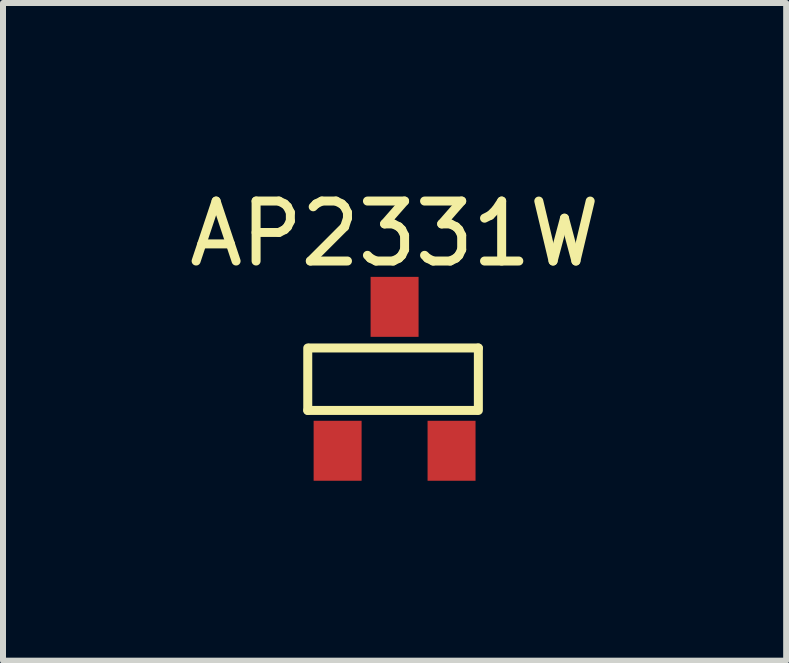
<source format=kicad_pcb>
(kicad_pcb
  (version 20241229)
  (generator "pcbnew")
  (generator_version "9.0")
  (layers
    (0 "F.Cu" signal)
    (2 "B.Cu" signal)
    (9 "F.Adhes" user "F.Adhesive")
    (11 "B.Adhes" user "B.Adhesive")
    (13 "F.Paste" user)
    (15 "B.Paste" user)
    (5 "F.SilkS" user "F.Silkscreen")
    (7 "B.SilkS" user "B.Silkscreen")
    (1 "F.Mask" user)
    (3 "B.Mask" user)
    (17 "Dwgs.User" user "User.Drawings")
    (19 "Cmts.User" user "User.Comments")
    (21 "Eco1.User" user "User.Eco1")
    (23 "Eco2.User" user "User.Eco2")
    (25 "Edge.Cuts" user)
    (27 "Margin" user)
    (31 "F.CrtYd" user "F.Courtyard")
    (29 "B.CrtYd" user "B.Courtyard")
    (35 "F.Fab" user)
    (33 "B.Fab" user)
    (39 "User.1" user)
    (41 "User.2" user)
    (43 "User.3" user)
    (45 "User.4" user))
  (footprint "AP2331W"
    (layer "F.Cu")
    (at 3.53 2.067)
    (property "Reference" "AP2331W" (at 0 -1.219 0) (layer "F.SilkS") (effects (font (size 1 1) (thickness 0.15))))
    (attr through_hole)
    (fp_line (start -1.448 0.686) (end -1.448 1.727) (stroke (width 0.15) (type solid)) (layer "F.SilkS"))
    (fp_line (start -1.448 1.727) (end 1.372 1.727) (stroke (width 0.15) (type solid)) (layer "F.SilkS"))
    (fp_line (start -1.422 0.686) (end 1.397 0.686) (stroke (width 0.15) (type solid)) (layer "F.SilkS"))
    (fp_line (start 1.397 0.686) (end 1.397 1.727) (stroke (width 0.15) (type solid)) (layer "F.SilkS"))
    (pad "1" smd rect (at -1.35 2.4) (size 0.8 1) (drill (offset 0.4 0)) (layers "F.Cu" "F.Mask" "F.Paste"))
    (pad "2" smd rect (at 1.35 2.4) (size 0.8 1) (drill (offset -0.4 0)) (layers "F.Cu" "F.Mask" "F.Paste"))
    (pad "3" smd rect (at 0 0) (size 0.8 1) (layers "F.Cu" "F.Mask" "F.Paste")))
  (gr_rect
    (start -3 -3)
    (end 10.06 7.967)
    (stroke (width 0.1) (type default))
    (fill no)
    (layer "Edge.Cuts")))
</source>
